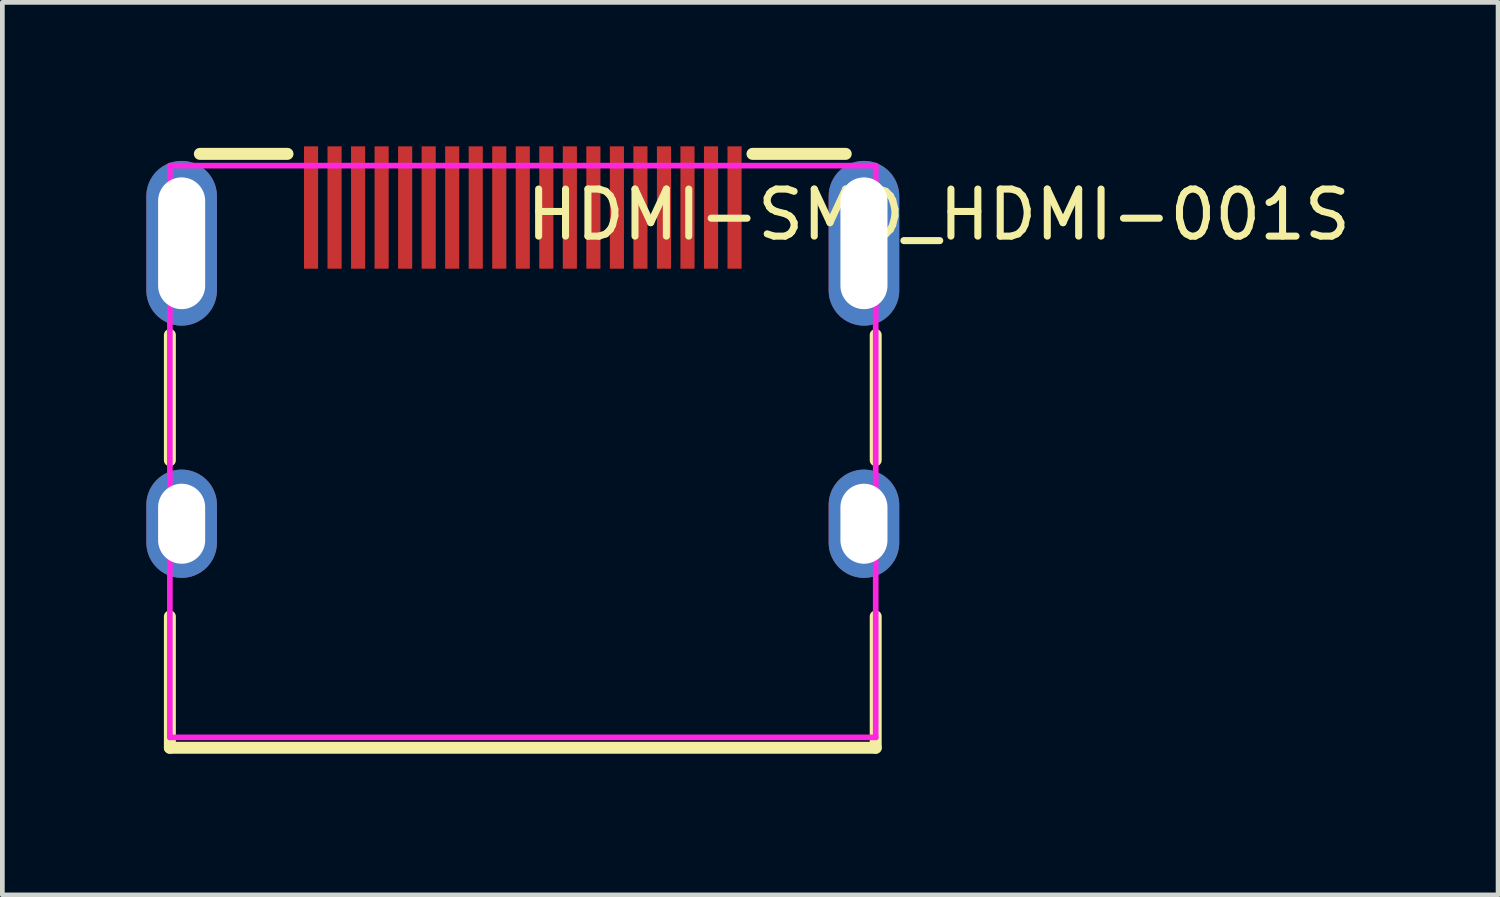
<source format=kicad_pcb>
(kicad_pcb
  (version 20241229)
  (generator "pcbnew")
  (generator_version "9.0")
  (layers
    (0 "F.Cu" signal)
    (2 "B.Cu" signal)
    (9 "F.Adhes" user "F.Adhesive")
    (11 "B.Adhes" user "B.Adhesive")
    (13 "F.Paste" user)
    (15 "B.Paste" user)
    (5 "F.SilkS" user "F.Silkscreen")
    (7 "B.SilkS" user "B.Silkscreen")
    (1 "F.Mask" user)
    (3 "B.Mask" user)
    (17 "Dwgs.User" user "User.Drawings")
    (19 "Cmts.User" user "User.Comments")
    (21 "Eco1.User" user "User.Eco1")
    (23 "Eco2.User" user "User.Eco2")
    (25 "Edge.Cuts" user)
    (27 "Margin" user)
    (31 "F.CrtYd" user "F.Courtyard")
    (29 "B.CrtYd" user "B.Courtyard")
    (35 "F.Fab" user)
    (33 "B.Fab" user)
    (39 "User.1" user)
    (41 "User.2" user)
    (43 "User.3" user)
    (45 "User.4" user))
  (footprint "HDMI-SMD_HDMI-001S"
    (layer "F.Cu")
    (at 8.06 4.72)
    (property "Reference" "HDMI-SMD_HDMI-001S" (at 0 -3.207 0) (layer "F.SilkS") (effects (font (size 1 1) (thickness 0.15)) (justify left)))
    (attr through_hole)
    (fp_line (start -7.5 -0.651) (end -7.5 2.011) (stroke (width 0.254) (type solid)) (layer "F.SilkS"))
    (fp_line (start -7.5 5.33) (end -7.5 8.121) (stroke (width 0.254) (type solid)) (layer "F.SilkS"))
    (fp_line (start -7.5 8.121) (end 7.5 8.121) (stroke (width 0.254) (type solid)) (layer "F.SilkS"))
    (fp_line (start -5 -4.5) (end -6.863 -4.5) (stroke (width 0.254) (type solid)) (layer "F.SilkS"))
    (fp_line (start 6.863 -4.5) (end 4.881 -4.5) (stroke (width 0.254) (type solid)) (layer "F.SilkS"))
    (fp_line (start 7.5 2.011) (end 7.5 -0.651) (stroke (width 0.254) (type solid)) (layer "F.SilkS"))
    (fp_line (start 7.5 8.121) (end 7.5 5.33) (stroke (width 0.254) (type solid)) (layer "F.SilkS"))
    (fp_poly (pts (xy -4.65 -4.66) (xy -4.35 -4.66) (xy -4.35 -2.06) (xy -4.65 -2.06)) (stroke (width 0.12) (type solid)) (fill yes) (layer "F.Paste"))
    (fp_poly (pts (xy -4.15 -4.66) (xy -3.85 -4.66) (xy -3.85 -2.06) (xy -4.15 -2.06)) (stroke (width 0.12) (type solid)) (fill yes) (layer "F.Paste"))
    (fp_poly (pts (xy -3.65 -4.66) (xy -3.35 -4.66) (xy -3.35 -2.06) (xy -3.65 -2.06)) (stroke (width 0.12) (type solid)) (fill yes) (layer "F.Paste"))
    (fp_poly (pts (xy -3.15 -4.66) (xy -2.85 -4.66) (xy -2.85 -2.06) (xy -3.15 -2.06)) (stroke (width 0.12) (type solid)) (fill yes) (layer "F.Paste"))
    (fp_poly (pts (xy -2.65 -4.66) (xy -2.35 -4.66) (xy -2.35 -2.06) (xy -2.65 -2.06)) (stroke (width 0.12) (type solid)) (fill yes) (layer "F.Paste"))
    (fp_poly (pts (xy -2.15 -4.66) (xy -1.85 -4.66) (xy -1.85 -2.06) (xy -2.15 -2.06)) (stroke (width 0.12) (type solid)) (fill yes) (layer "F.Paste"))
    (fp_poly (pts (xy -1.65 -4.66) (xy -1.35 -4.66) (xy -1.35 -2.06) (xy -1.65 -2.06)) (stroke (width 0.12) (type solid)) (fill yes) (layer "F.Paste"))
    (fp_poly (pts (xy -1.15 -4.66) (xy -0.85 -4.66) (xy -0.85 -2.06) (xy -1.15 -2.06)) (stroke (width 0.12) (type solid)) (fill yes) (layer "F.Paste"))
    (fp_poly (pts (xy -0.65 -4.66) (xy -0.35 -4.66) (xy -0.35 -2.06) (xy -0.65 -2.06)) (stroke (width 0.12) (type solid)) (fill yes) (layer "F.Paste"))
    (fp_poly (pts (xy -0.15 -4.66) (xy 0.15 -4.66) (xy 0.15 -2.06) (xy -0.15 -2.06)) (stroke (width 0.12) (type solid)) (fill yes) (layer "F.Paste"))
    (fp_poly (pts (xy 0.35 -4.66) (xy 0.65 -4.66) (xy 0.65 -2.06) (xy 0.35 -2.06)) (stroke (width 0.12) (type solid)) (fill yes) (layer "F.Paste"))
    (fp_poly (pts (xy 0.85 -4.66) (xy 1.15 -4.66) (xy 1.15 -2.06) (xy 0.85 -2.06)) (stroke (width 0.12) (type solid)) (fill yes) (layer "F.Paste"))
    (fp_poly (pts (xy 1.35 -4.66) (xy 1.65 -4.66) (xy 1.65 -2.06) (xy 1.35 -2.06)) (stroke (width 0.12) (type solid)) (fill yes) (layer "F.Paste"))
    (fp_poly (pts (xy 1.85 -4.66) (xy 2.15 -4.66) (xy 2.15 -2.06) (xy 1.85 -2.06)) (stroke (width 0.12) (type solid)) (fill yes) (layer "F.Paste"))
    (fp_poly (pts (xy 2.35 -4.66) (xy 2.65 -4.66) (xy 2.65 -2.06) (xy 2.35 -2.06)) (stroke (width 0.12) (type solid)) (fill yes) (layer "F.Paste"))
    (fp_poly (pts (xy 2.85 -4.66) (xy 3.15 -4.66) (xy 3.15 -2.06) (xy 2.85 -2.06)) (stroke (width 0.12) (type solid)) (fill yes) (layer "F.Paste"))
    (fp_poly (pts (xy 3.35 -4.66) (xy 3.65 -4.66) (xy 3.65 -2.06) (xy 3.35 -2.06)) (stroke (width 0.12) (type solid)) (fill yes) (layer "F.Paste"))
    (fp_poly (pts (xy 3.85 -4.66) (xy 4.15 -4.66) (xy 4.15 -2.06) (xy 3.85 -2.06)) (stroke (width 0.12) (type solid)) (fill yes) (layer "F.Paste"))
    (fp_poly (pts (xy 4.35 -4.66) (xy 4.65 -4.66) (xy 4.65 -2.06) (xy 4.35 -2.06)) (stroke (width 0.12) (type solid)) (fill yes) (layer "F.Paste"))
    (fp_poly (pts (xy -8 -3.6) (xy -7.984 -3.746) (xy -7.941 -3.887) (xy -7.87 -4.016) (xy -7.776 -4.129) (xy -7.662 -4.221) (xy -7.531 -4.289) (xy -7.39 -4.331) (xy -7.244 -4.344) (xy -7.098 -4.328) (xy -6.957 -4.284) (xy -6.828 -4.214) (xy -6.715 -4.12) (xy -6.623 -4.005) (xy -6.555 -3.875) (xy -6.513 -3.734) (xy -6.5 -3.6) (xy -6.5 -1.6) (xy -6.516 -1.454) (xy -6.559 -1.314) (xy -6.63 -1.184) (xy -6.724 -1.072) (xy -6.838 -0.979) (xy -6.969 -0.911) (xy -7.11 -0.869) (xy -7.256 -0.856) (xy -7.402 -0.872) (xy -7.543 -0.916) (xy -7.672 -0.986) (xy -7.785 -1.08) (xy -7.877 -1.195) (xy -7.945 -1.325) (xy -7.987 -1.466) (xy -8 -1.6)) (stroke (width 0.12) (type solid)) (fill yes) (layer "F.Paste"))
    (fp_poly (pts (xy -8 2.96) (xy -7.984 2.814) (xy -7.941 2.674) (xy -7.87 2.544) (xy -7.776 2.432) (xy -7.662 2.339) (xy -7.531 2.271) (xy -7.39 2.229) (xy -7.244 2.216) (xy -7.098 2.232) (xy -6.957 2.276) (xy -6.828 2.346) (xy -6.715 2.44) (xy -6.623 2.555) (xy -6.555 2.685) (xy -6.513 2.826) (xy -6.5 2.96) (xy -6.5 3.76) (xy -6.516 3.906) (xy -6.559 4.047) (xy -6.63 4.176) (xy -6.724 4.289) (xy -6.838 4.381) (xy -6.969 4.449) (xy -7.11 4.491) (xy -7.256 4.504) (xy -7.402 4.488) (xy -7.543 4.444) (xy -7.672 4.374) (xy -7.785 4.28) (xy -7.877 4.165) (xy -7.945 4.035) (xy -7.987 3.894) (xy -8 3.76)) (stroke (width 0.12) (type solid)) (fill yes) (layer "F.Paste"))
    (fp_poly (pts (xy 6.5 -3.6) (xy 6.516 -3.746) (xy 6.56 -3.887) (xy 6.63 -4.016) (xy 6.724 -4.129) (xy 6.839 -4.221) (xy 6.969 -4.289) (xy 7.11 -4.331) (xy 7.256 -4.344) (xy 7.402 -4.328) (xy 7.543 -4.284) (xy 7.672 -4.214) (xy 7.785 -4.12) (xy 7.877 -4.005) (xy 7.945 -3.875) (xy 7.987 -3.734) (xy 8 -3.6) (xy 8 -1.6) (xy 7.984 -1.454) (xy 7.941 -1.314) (xy 7.87 -1.184) (xy 7.776 -1.072) (xy 7.662 -0.979) (xy 7.531 -0.911) (xy 7.39 -0.869) (xy 7.244 -0.856) (xy 7.098 -0.872) (xy 6.957 -0.916) (xy 6.828 -0.986) (xy 6.715 -1.08) (xy 6.623 -1.195) (xy 6.555 -1.325) (xy 6.513 -1.466) (xy 6.5 -1.6)) (stroke (width 0.12) (type solid)) (fill yes) (layer "F.Paste"))
    (fp_poly (pts (xy 6.5 2.96) (xy 6.516 2.814) (xy 6.56 2.674) (xy 6.63 2.544) (xy 6.724 2.432) (xy 6.839 2.339) (xy 6.969 2.271) (xy 7.11 2.229) (xy 7.256 2.216) (xy 7.402 2.232) (xy 7.543 2.276) (xy 7.672 2.346) (xy 7.785 2.44) (xy 7.877 2.555) (xy 7.945 2.685) (xy 7.987 2.826) (xy 8 2.96) (xy 8 3.76) (xy 7.984 3.906) (xy 7.941 4.047) (xy 7.87 4.176) (xy 7.776 4.289) (xy 7.662 4.381) (xy 7.531 4.449) (xy 7.39 4.491) (xy 7.244 4.504) (xy 7.098 4.488) (xy 6.957 4.444) (xy 6.828 4.374) (xy 6.715 4.28) (xy 6.623 4.165) (xy 6.555 4.035) (xy 6.513 3.894) (xy 6.5 3.76)) (stroke (width 0.12) (type solid)) (fill yes) (layer "F.Paste"))
    (fp_circle (center 7.5 -4.25) (end 7.53 -4.25) (stroke (width 0.06) (type solid)) (fill no) (layer "Eco2.User"))
    (fp_poly (pts (xy -7.5 -3.6) (xy -7 -3.6) (xy -7 -1.6) (xy -7.5 -1.6)) (stroke (width 0.12) (type solid)) (fill no) (layer "Eco2.User"))
    (fp_poly (pts (xy -7.5 2.86) (xy -7 2.86) (xy -7 3.86) (xy -7.5 3.86)) (stroke (width 0.12) (type solid)) (fill no) (layer "Eco2.User"))
    (fp_poly (pts (xy -4.6 -4.01) (xy -4.4 -4.01) (xy -4.4 -2.21) (xy -4.6 -2.21)) (stroke (width 0.12) (type solid)) (fill no) (layer "Eco2.User"))
    (fp_poly (pts (xy -4.1 -4.01) (xy -3.9 -4.01) (xy -3.9 -2.21) (xy -4.1 -2.21)) (stroke (width 0.12) (type solid)) (fill no) (layer "Eco2.User"))
    (fp_poly (pts (xy -3.6 -4.01) (xy -3.4 -4.01) (xy -3.4 -2.21) (xy -3.6 -2.21)) (stroke (width 0.12) (type solid)) (fill no) (layer "Eco2.User"))
    (fp_poly (pts (xy -3.1 -4.01) (xy -2.9 -4.01) (xy -2.9 -2.21) (xy -3.1 -2.21)) (stroke (width 0.12) (type solid)) (fill no) (layer "Eco2.User"))
    (fp_poly (pts (xy -2.6 -4.01) (xy -2.4 -4.01) (xy -2.4 -2.21) (xy -2.6 -2.21)) (stroke (width 0.12) (type solid)) (fill no) (layer "Eco2.User"))
    (fp_poly (pts (xy -2.1 -4.01) (xy -1.9 -4.01) (xy -1.9 -2.21) (xy -2.1 -2.21)) (stroke (width 0.12) (type solid)) (fill no) (layer "Eco2.User"))
    (fp_poly (pts (xy -1.6 -4.01) (xy -1.4 -4.01) (xy -1.4 -2.21) (xy -1.6 -2.21)) (stroke (width 0.12) (type solid)) (fill no) (layer "Eco2.User"))
    (fp_poly (pts (xy -1.1 -4.01) (xy -0.9 -4.01) (xy -0.9 -2.21) (xy -1.1 -2.21)) (stroke (width 0.12) (type solid)) (fill no) (layer "Eco2.User"))
    (fp_poly (pts (xy -0.6 -4.01) (xy -0.4 -4.01) (xy -0.4 -2.21) (xy -0.6 -2.21)) (stroke (width 0.12) (type solid)) (fill no) (layer "Eco2.User"))
    (fp_poly (pts (xy -0.1 -4.01) (xy 0.1 -4.01) (xy 0.1 -2.21) (xy -0.1 -2.21)) (stroke (width 0.12) (type solid)) (fill no) (layer "Eco2.User"))
    (fp_poly (pts (xy 0.4 -4.01) (xy 0.6 -4.01) (xy 0.6 -2.21) (xy 0.4 -2.21)) (stroke (width 0.12) (type solid)) (fill no) (layer "Eco2.User"))
    (fp_poly (pts (xy 0.9 -4.01) (xy 1.1 -4.01) (xy 1.1 -2.21) (xy 0.9 -2.21)) (stroke (width 0.12) (type solid)) (fill no) (layer "Eco2.User"))
    (fp_poly (pts (xy 1.4 -4.01) (xy 1.6 -4.01) (xy 1.6 -2.21) (xy 1.4 -2.21)) (stroke (width 0.12) (type solid)) (fill no) (layer "Eco2.User"))
    (fp_poly (pts (xy 1.9 -4.01) (xy 2.1 -4.01) (xy 2.1 -2.21) (xy 1.9 -2.21)) (stroke (width 0.12) (type solid)) (fill no) (layer "Eco2.User"))
    (fp_poly (pts (xy 2.4 -4.01) (xy 2.6 -4.01) (xy 2.6 -2.21) (xy 2.4 -2.21)) (stroke (width 0.12) (type solid)) (fill no) (layer "Eco2.User"))
    (fp_poly (pts (xy 2.9 -4.01) (xy 3.1 -4.01) (xy 3.1 -2.21) (xy 2.9 -2.21)) (stroke (width 0.12) (type solid)) (fill no) (layer "Eco2.User"))
    (fp_poly (pts (xy 3.4 -4.01) (xy 3.6 -4.01) (xy 3.6 -2.21) (xy 3.4 -2.21)) (stroke (width 0.12) (type solid)) (fill no) (layer "Eco2.User"))
    (fp_poly (pts (xy 3.9 -4.01) (xy 4.1 -4.01) (xy 4.1 -2.21) (xy 3.9 -2.21)) (stroke (width 0.12) (type solid)) (fill no) (layer "Eco2.User"))
    (fp_poly (pts (xy 4.4 -4.01) (xy 4.6 -4.01) (xy 4.6 -2.21) (xy 4.4 -2.21)) (stroke (width 0.12) (type solid)) (fill no) (layer "Eco2.User"))
    (fp_poly (pts (xy 7 -3.6) (xy 7.5 -3.6) (xy 7.5 -1.6) (xy 7 -1.6)) (stroke (width 0.12) (type solid)) (fill no) (layer "Eco2.User"))
    (fp_poly (pts (xy 7 2.86) (xy 7.5 2.86) (xy 7.5 3.86) (xy 7 3.86)) (stroke (width 0.12) (type solid)) (fill no) (layer "Eco2.User"))
    (fp_line (start -7.5 -4.25) (end 7.5 -4.25) (stroke (width 0.12) (type solid)) (layer "F.CrtYd"))
    (fp_line (start -7.5 7.9) (end -7.5 -4.25) (stroke (width 0.12) (type solid)) (layer "F.CrtYd"))
    (fp_line (start 7.5 -4.25) (end 7.5 7.9) (stroke (width 0.12) (type solid)) (layer "F.CrtYd"))
    (fp_line (start 7.5 7.9) (end -7.5 7.9) (stroke (width 0.12) (type solid)) (layer "F.CrtYd"))
    (pad "1" smd rect (at 4.5 -3.36) (size 0.3 2.6) (layers "F.Cu" "F.Mask" "F.Paste"))
    (pad "2" smd rect (at 4 -3.36) (size 0.3 2.6) (layers "F.Cu" "F.Mask" "F.Paste"))
    (pad "3" smd rect (at 3.5 -3.36) (size 0.3 2.6) (layers "F.Cu" "F.Mask" "F.Paste"))
    (pad "4" smd rect (at 3 -3.36) (size 0.3 2.6) (layers "F.Cu" "F.Mask" "F.Paste"))
    (pad "5" smd rect (at 2.5 -3.36) (size 0.3 2.6) (layers "F.Cu" "F.Mask" "F.Paste"))
    (pad "6" smd rect (at 2 -3.36) (size 0.3 2.6) (layers "F.Cu" "F.Mask" "F.Paste"))
    (pad "7" smd rect (at 1.5 -3.36) (size 0.3 2.6) (layers "F.Cu" "F.Mask" "F.Paste"))
    (pad "8" smd rect (at 1 -3.36) (size 0.3 2.6) (layers "F.Cu" "F.Mask" "F.Paste"))
    (pad "9" smd rect (at 0.5 -3.36) (size 0.3 2.6) (layers "F.Cu" "F.Mask" "F.Paste"))
    (pad "10" smd rect (at 0 -3.36) (size 0.3 2.6) (layers "F.Cu" "F.Mask" "F.Paste"))
    (pad "11" smd rect (at -0.5 -3.36) (size 0.3 2.6) (layers "F.Cu" "F.Mask" "F.Paste"))
    (pad "12" smd rect (at -1 -3.36) (size 0.3 2.6) (layers "F.Cu" "F.Mask" "F.Paste"))
    (pad "13" smd rect (at -1.5 -3.36) (size 0.3 2.6) (layers "F.Cu" "F.Mask" "F.Paste"))
    (pad "14" smd rect (at -2 -3.36) (size 0.3 2.6) (layers "F.Cu" "F.Mask" "F.Paste"))
    (pad "15" smd rect (at -2.5 -3.36) (size 0.3 2.6) (layers "F.Cu" "F.Mask" "F.Paste"))
    (pad "16" smd rect (at -3 -3.36) (size 0.3 2.6) (layers "F.Cu" "F.Mask" "F.Paste"))
    (pad "17" smd rect (at -3.5 -3.36) (size 0.3 2.6) (layers "F.Cu" "F.Mask" "F.Paste"))
    (pad "18" smd rect (at -4 -3.36) (size 0.3 2.6) (layers "F.Cu" "F.Mask" "F.Paste"))
    (pad "19" smd rect (at -4.5 -3.36) (size 0.3 2.6) (layers "F.Cu" "F.Mask" "F.Paste"))
    (pad "20" thru_hole oval (at -7.25 -2.6) (size 1.5 3.5) (drill oval 1 2.8) (layers "*.Cu" "*.Mask"))
    (pad "21" thru_hole oval (at 7.25 -2.6) (size 1.5 3.5) (drill oval 1 2.8) (layers "*.Cu" "*.Mask"))
    (pad "22" thru_hole oval (at -7.25 3.36) (size 1.5 2.3) (drill oval 1 1.7) (layers "*.Cu" "*.Mask"))
    (pad "23" thru_hole oval (at 7.25 3.36) (size 1.5 2.3) (drill oval 1 1.7) (layers "*.Cu" "*.Mask")))
  (gr_rect
    (start -3 -3)
    (end 28.786 15.968)
    (stroke (width 0.1) (type default))
    (fill no)
    (layer "Edge.Cuts")))
</source>
